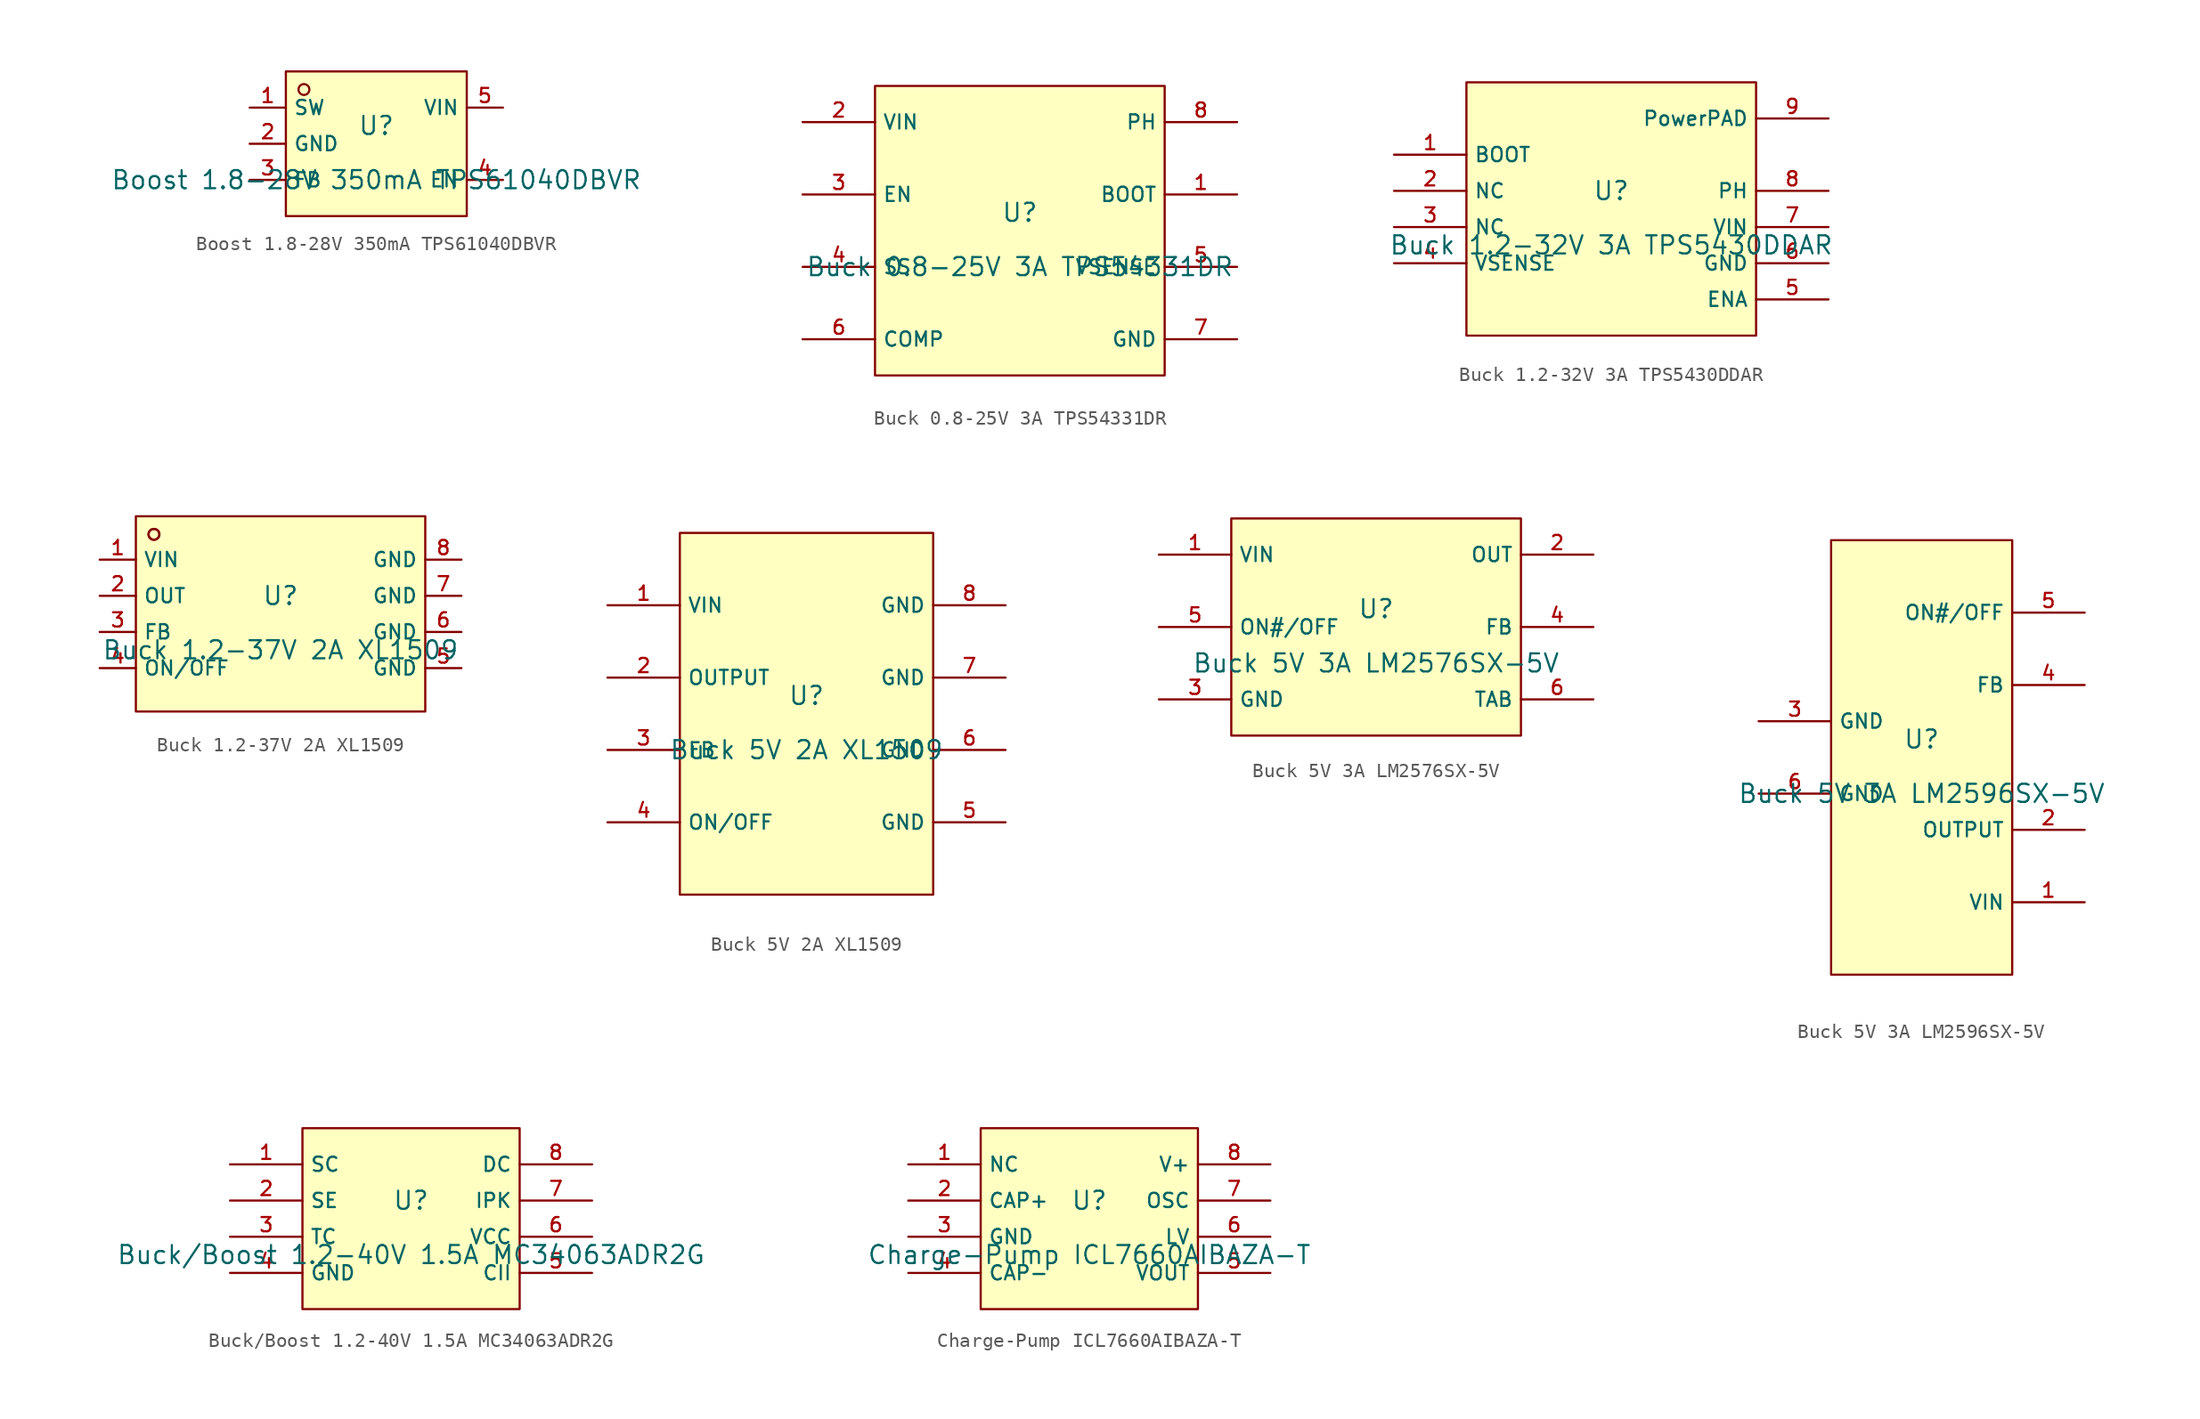
<source format=kicad_sym>
(kicad_symbol_lib
  (version 20220914)
  (generator kicad_symbol_editor)
  (symbol "Boost 1.8-28V 350mA TPS61040DBVR"
    (property "Reference" "U"
      (at 0 1.27 0)
      (effects (font (size 1.27 1.27))))
    (property "Value" "Boost 1.8-28V 350mA TPS61040DBVR"
      (at 0 -2.54 0)
      (effects (font (size 1.27 1.27))))
    (symbol "Boost 1.8-28V 350mA TPS61040DBVR_0_1"
      (rectangle (start -6.35 5.08) (end 6.35 -5.08) (stroke (width 0) (type default)) (fill (type background)))
      (circle (center -5.08 3.81) (radius 0.381) (stroke (width 0) (type default)) (fill (type background)))
      (pin unspecified line (at -8.89 2.54 0) (length 2.54) (name "SW" (effects (font (size 1 1)))) (number "1" (effects (font (size 1 1)))))
      (pin unspecified line (at -8.89 0 0) (length 2.54) (name "GND" (effects (font (size 1 1)))) (number "2" (effects (font (size 1 1)))))
      (pin unspecified line (at -8.89 -2.54 0) (length 2.54) (name "FB" (effects (font (size 1 1)))) (number "3" (effects (font (size 1 1)))))
      (pin unspecified line (at 8.89 -2.54 180) (length 2.54) (name "EN" (effects (font (size 1 1)))) (number "4" (effects (font (size 1 1)))))
      (pin unspecified line (at 8.89 2.54 180) (length 2.54) (name "VIN" (effects (font (size 1 1)))) (number "5" (effects (font (size 1 1)))))))
  (symbol "Buck 0.8-25V 3A TPS54331DR"
    (property "Reference" "U"
      (at 0 1.27 0)
      (effects (font (size 1.27 1.27))))
    (property "Value" "Buck 0.8-25V 3A TPS54331DR"
      (at 0 -2.54 0)
      (effects (font (size 1.27 1.27))))
    (symbol "Buck 0.8-25V 3A TPS54331DR_0_1"
      (rectangle (start -10.16 10.16) (end 10.16 -10.16) (stroke (width 0) (type default)) (fill (type background)))
      (pin unspecified line (at 15.24 2.54 180) (length 5.08) (name "BOOT" (effects (font (size 1 1)))) (number "1" (effects (font (size 1 1)))))
      (pin power_in line (at -15.24 7.62 0) (length 5.08) (name "VIN" (effects (font (size 1 1)))) (number "2" (effects (font (size 1 1)))))
      (pin unspecified line (at -15.24 2.54 0) (length 5.08) (name "EN" (effects (font (size 1 1)))) (number "3" (effects (font (size 1 1)))))
      (pin unspecified line (at -15.24 -2.54 0) (length 5.08) (name "SS" (effects (font (size 1 1)))) (number "4" (effects (font (size 1 1)))))
      (pin unspecified line (at 15.24 -2.54 180) (length 5.08) (name "VSENSE" (effects (font (size 1 1)))) (number "5" (effects (font (size 1 1)))))
      (pin unspecified line (at -15.24 -7.62 0) (length 5.08) (name "COMP" (effects (font (size 1 1)))) (number "6" (effects (font (size 1 1)))))
      (pin power_in line (at 15.24 -7.62 180) (length 5.08) (name "GND" (effects (font (size 1 1)))) (number "7" (effects (font (size 1 1)))))
      (pin power_in line (at 15.24 7.62 180) (length 5.08) (name "PH" (effects (font (size 1 1)))) (number "8" (effects (font (size 1 1)))))))
  (symbol "Buck 1.2-32V 3A TPS5430DDAR"
    (property "Reference" "U"
      (at 0 1.27 0)
      (effects (font (size 1.27 1.27))))
    (property "Value" "Buck 1.2-32V 3A TPS5430DDAR"
      (at 0 -2.54 0)
      (effects (font (size 1.27 1.27))))
    (symbol "Buck 1.2-32V 3A TPS5430DDAR_0_1"
      (rectangle (start -10.16 8.89) (end 10.16 -8.89) (stroke (width 0) (type default)) (fill (type background)))
      (pin unspecified line (at -15.24 3.81 0) (length 5.08) (name "BOOT" (effects (font (size 1 1)))) (number "1" (effects (font (size 1 1)))))
      (pin unspecified line (at -15.24 1.27 0) (length 5.08) (name "NC" (effects (font (size 1 1)))) (number "2" (effects (font (size 1 1)))))
      (pin unspecified line (at -15.24 -1.27 0) (length 5.08) (name "NC" (effects (font (size 1 1)))) (number "3" (effects (font (size 1 1)))))
      (pin unspecified line (at -15.24 -3.81 0) (length 5.08) (name "VSENSE" (effects (font (size 1 1)))) (number "4" (effects (font (size 1 1)))))
      (pin unspecified line (at 15.24 -6.35 180) (length 5.08) (name "ENA" (effects (font (size 1 1)))) (number "5" (effects (font (size 1 1)))))
      (pin unspecified line (at 15.24 -3.81 180) (length 5.08) (name "GND" (effects (font (size 1 1)))) (number "6" (effects (font (size 1 1)))))
      (pin unspecified line (at 15.24 -1.27 180) (length 5.08) (name "VIN" (effects (font (size 1 1)))) (number "7" (effects (font (size 1 1)))))
      (pin unspecified line (at 15.24 1.27 180) (length 5.08) (name "PH" (effects (font (size 1 1)))) (number "8" (effects (font (size 1 1)))))
      (pin unspecified line (at 15.24 6.35 180) (length 5.08) (name "PowerPAD" (effects (font (size 1 1)))) (number "9" (effects (font (size 1 1)))))))
  (symbol "Buck 1.2-37V 2A XL1509"
    (property "Reference" "U"
      (at 0 1.27 0)
      (effects (font (size 1.27 1.27))))
    (property "Value" "Buck 1.2-37V 2A XL1509"
      (at 0 -2.54 0)
      (effects (font (size 1.27 1.27))))
    (symbol "Buck 1.2-37V 2A XL1509_0_1"
      (rectangle (start -10.16 6.858) (end 10.16 -6.858) (stroke (width 0) (type default)) (fill (type background)))
      (circle (center -8.89 5.588) (radius 0.381) (stroke (width 0) (type default)) (fill (type background)))
      (circle (center -8.89 5.588) (radius 0.381) (stroke (width 0) (type default)) (fill (type background)))
      (pin unspecified line (at -12.7 3.81 0) (length 2.54) (name "VIN" (effects (font (size 1 1)))) (number "1" (effects (font (size 1 1)))))
      (pin unspecified line (at -12.7 1.27 0) (length 2.54) (name "OUT" (effects (font (size 1 1)))) (number "2" (effects (font (size 1 1)))))
      (pin unspecified line (at -12.7 -1.27 0) (length 2.54) (name "FB" (effects (font (size 1 1)))) (number "3" (effects (font (size 1 1)))))
      (pin unspecified line (at -12.7 -3.81 0) (length 2.54) (name "ON/OFF" (effects (font (size 1 1)))) (number "4" (effects (font (size 1 1)))))
      (pin unspecified line (at 12.7 -3.81 180) (length 2.54) (name "GND" (effects (font (size 1 1)))) (number "5" (effects (font (size 1 1)))))
      (pin unspecified line (at 12.7 -1.27 180) (length 2.54) (name "GND" (effects (font (size 1 1)))) (number "6" (effects (font (size 1 1)))))
      (pin unspecified line (at 12.7 1.27 180) (length 2.54) (name "GND" (effects (font (size 1 1)))) (number "7" (effects (font (size 1 1)))))
      (pin unspecified line (at 12.7 3.81 180) (length 2.54) (name "GND" (effects (font (size 1 1)))) (number "8" (effects (font (size 1 1)))))))
  (symbol "Buck 5V 2A XL1509"
    (property "Reference" "U"
      (at 0 1.27 0)
      (effects (font (size 1.27 1.27))))
    (property "Value" "Buck 5V 2A XL1509"
      (at 0 -2.54 0)
      (effects (font (size 1.27 1.27))))
    (symbol "Buck 5V 2A XL1509_0_1"
      (rectangle (start -8.89 12.7) (end 8.89 -12.7) (stroke (width 0) (type default)) (fill (type background)))
      (pin unspecified line (at -13.97 7.62 0) (length 5.08) (name "VIN" (effects (font (size 1 1)))) (number "1" (effects (font (size 1 1)))))
      (pin unspecified line (at -13.97 2.54 0) (length 5.08) (name "OUTPUT" (effects (font (size 1 1)))) (number "2" (effects (font (size 1 1)))))
      (pin unspecified line (at -13.97 -2.54 0) (length 5.08) (name "FB" (effects (font (size 1 1)))) (number "3" (effects (font (size 1 1)))))
      (pin unspecified line (at -13.97 -7.62 0) (length 5.08) (name "ON/OFF" (effects (font (size 1 1)))) (number "4" (effects (font (size 1 1)))))
      (pin unspecified line (at 13.97 -7.62 180) (length 5.08) (name "GND" (effects (font (size 1 1)))) (number "5" (effects (font (size 1 1)))))
      (pin unspecified line (at 13.97 -2.54 180) (length 5.08) (name "GND" (effects (font (size 1 1)))) (number "6" (effects (font (size 1 1)))))
      (pin unspecified line (at 13.97 2.54 180) (length 5.08) (name "GND" (effects (font (size 1 1)))) (number "7" (effects (font (size 1 1)))))
      (pin unspecified line (at 13.97 7.62 180) (length 5.08) (name "GND" (effects (font (size 1 1)))) (number "8" (effects (font (size 1 1)))))))
  (symbol "Buck 5V 3A LM2576SX-5V"
    (property "Reference" "U"
      (at 0 1.27 0)
      (effects (font (size 1.27 1.27))))
    (property "Value" "Buck 5V 3A LM2576SX-5V"
      (at 0 -2.54 0)
      (effects (font (size 1.27 1.27))))
    (symbol "Buck 5V 3A LM2576SX-5V_0_1"
      (rectangle (start -10.16 7.62) (end 10.16 -7.62) (stroke (width 0) (type default)) (fill (type background)))
      (pin power_in line (at -15.24 5.08 0) (length 5.08) (name "VIN" (effects (font (size 1 1)))) (number "1" (effects (font (size 1 1)))))
      (pin power_in line (at 15.24 5.08 180) (length 5.08) (name "OUT" (effects (font (size 1 1)))) (number "2" (effects (font (size 1 1)))))
      (pin power_in line (at -15.24 -5.08 0) (length 5.08) (name "GND" (effects (font (size 1 1)))) (number "3" (effects (font (size 1 1)))))
      (pin unspecified line (at 15.24 0 180) (length 5.08) (name "FB" (effects (font (size 1 1)))) (number "4" (effects (font (size 1 1)))))
      (pin unspecified line (at -15.24 0 0) (length 5.08) (name "ON#/OFF" (effects (font (size 1 1)))) (number "5" (effects (font (size 1 1)))))
      (pin power_in line (at 15.24 -5.08 180) (length 5.08) (name "TAB" (effects (font (size 1 1)))) (number "6" (effects (font (size 1 1)))))))
  (symbol "Buck 5V 3A LM2596SX-5V"
    (property "Reference" "U"
      (at 0 1.27 0)
      (effects (font (size 1.27 1.27))))
    (property "Value" "Buck 5V 3A LM2596SX-5V"
      (at 0 -2.54 0)
      (effects (font (size 1.27 1.27))))
    (symbol "Buck 5V 3A LM2596SX-5V_0_1"
      (rectangle (start -6.35 15.24) (end 6.35 -15.24) (stroke (width 0) (type default)) (fill (type background)))
      (pin unspecified line (at 11.43 -10.16 180) (length 5.08) (name "VIN" (effects (font (size 1 1)))) (number "1" (effects (font (size 1 1)))))
      (pin unspecified line (at 11.43 -5.08 180) (length 5.08) (name "OUTPUT" (effects (font (size 1 1)))) (number "2" (effects (font (size 1 1)))))
      (pin unspecified line (at -11.43 2.54 0) (length 5.08) (name "GND" (effects (font (size 1 1)))) (number "3" (effects (font (size 1 1)))))
      (pin unspecified line (at 11.43 5.08 180) (length 5.08) (name "FB" (effects (font (size 1 1)))) (number "4" (effects (font (size 1 1)))))
      (pin unspecified line (at 11.43 10.16 180) (length 5.08) (name "ON#/OFF" (effects (font (size 1 1)))) (number "5" (effects (font (size 1 1)))))
      (pin unspecified line (at -11.43 -2.54 0) (length 5.08) (name "GND" (effects (font (size 1 1)))) (number "6" (effects (font (size 1 1)))))))
  (symbol "Buck/Boost 1.2-40V 1.5A MC34063ADR2G"
    (property "Reference" "U"
      (at 0 1.27 0)
      (effects (font (size 1.27 1.27))))
    (property "Value" "Buck/Boost 1.2-40V 1.5A MC34063ADR2G"
      (at 0 -2.54 0)
      (effects (font (size 1.27 1.27))))
    (symbol "Buck/Boost 1.2-40V 1.5A MC34063ADR2G_0_1"
      (rectangle (start -7.62 6.35) (end 7.62 -6.35) (stroke (width 0) (type default)) (fill (type background)))
      (pin unspecified line (at -12.7 3.81 0) (length 5.08) (name "SC" (effects (font (size 1 1)))) (number "1" (effects (font (size 1 1)))))
      (pin unspecified line (at -12.7 1.27 0) (length 5.08) (name "SE" (effects (font (size 1 1)))) (number "2" (effects (font (size 1 1)))))
      (pin unspecified line (at -12.7 -1.27 0) (length 5.08) (name "TC" (effects (font (size 1 1)))) (number "3" (effects (font (size 1 1)))))
      (pin unspecified line (at -12.7 -3.81 0) (length 5.08) (name "GND" (effects (font (size 1 1)))) (number "4" (effects (font (size 1 1)))))
      (pin unspecified line (at 12.7 -3.81 180) (length 5.08) (name "CII" (effects (font (size 1 1)))) (number "5" (effects (font (size 1 1)))))
      (pin unspecified line (at 12.7 -1.27 180) (length 5.08) (name "VCC" (effects (font (size 1 1)))) (number "6" (effects (font (size 1 1)))))
      (pin unspecified line (at 12.7 1.27 180) (length 5.08) (name "IPK" (effects (font (size 1 1)))) (number "7" (effects (font (size 1 1)))))
      (pin unspecified line (at 12.7 3.81 180) (length 5.08) (name "DC" (effects (font (size 1 1)))) (number "8" (effects (font (size 1 1)))))))
  (symbol "Charge-Pump ICL7660AIBAZA-T"
    (property "Reference" "U"
      (at 0 1.27 0)
      (effects (font (size 1.27 1.27))))
    (property "Value" "Charge-Pump ICL7660AIBAZA-T"
      (at 0 -2.54 0)
      (effects (font (size 1.27 1.27))))
    (symbol "Charge-Pump ICL7660AIBAZA-T_0_1"
      (rectangle (start -7.62 6.35) (end 7.62 -6.35) (stroke (width 0) (type default)) (fill (type background)))
      (pin unspecified line (at -12.7 3.81 0) (length 5.08) (name "NC" (effects (font (size 1 1)))) (number "1" (effects (font (size 1 1)))))
      (pin unspecified line (at -12.7 1.27 0) (length 5.08) (name "CAP+" (effects (font (size 1 1)))) (number "2" (effects (font (size 1 1)))))
      (pin unspecified line (at -12.7 -1.27 0) (length 5.08) (name "GND" (effects (font (size 1 1)))) (number "3" (effects (font (size 1 1)))))
      (pin unspecified line (at -12.7 -3.81 0) (length 5.08) (name "CAP-" (effects (font (size 1 1)))) (number "4" (effects (font (size 1 1)))))
      (pin unspecified line (at 12.7 -3.81 180) (length 5.08) (name "VOUT" (effects (font (size 1 1)))) (number "5" (effects (font (size 1 1)))))
      (pin unspecified line (at 12.7 -1.27 180) (length 5.08) (name "LV" (effects (font (size 1 1)))) (number "6" (effects (font (size 1 1)))))
      (pin unspecified line (at 12.7 1.27 180) (length 5.08) (name "OSC" (effects (font (size 1 1)))) (number "7" (effects (font (size 1 1)))))
      (pin unspecified line (at 12.7 3.81 180) (length 5.08) (name "V+" (effects (font (size 1 1)))) (number "8" (effects (font (size 1 1))))))))
</source>
